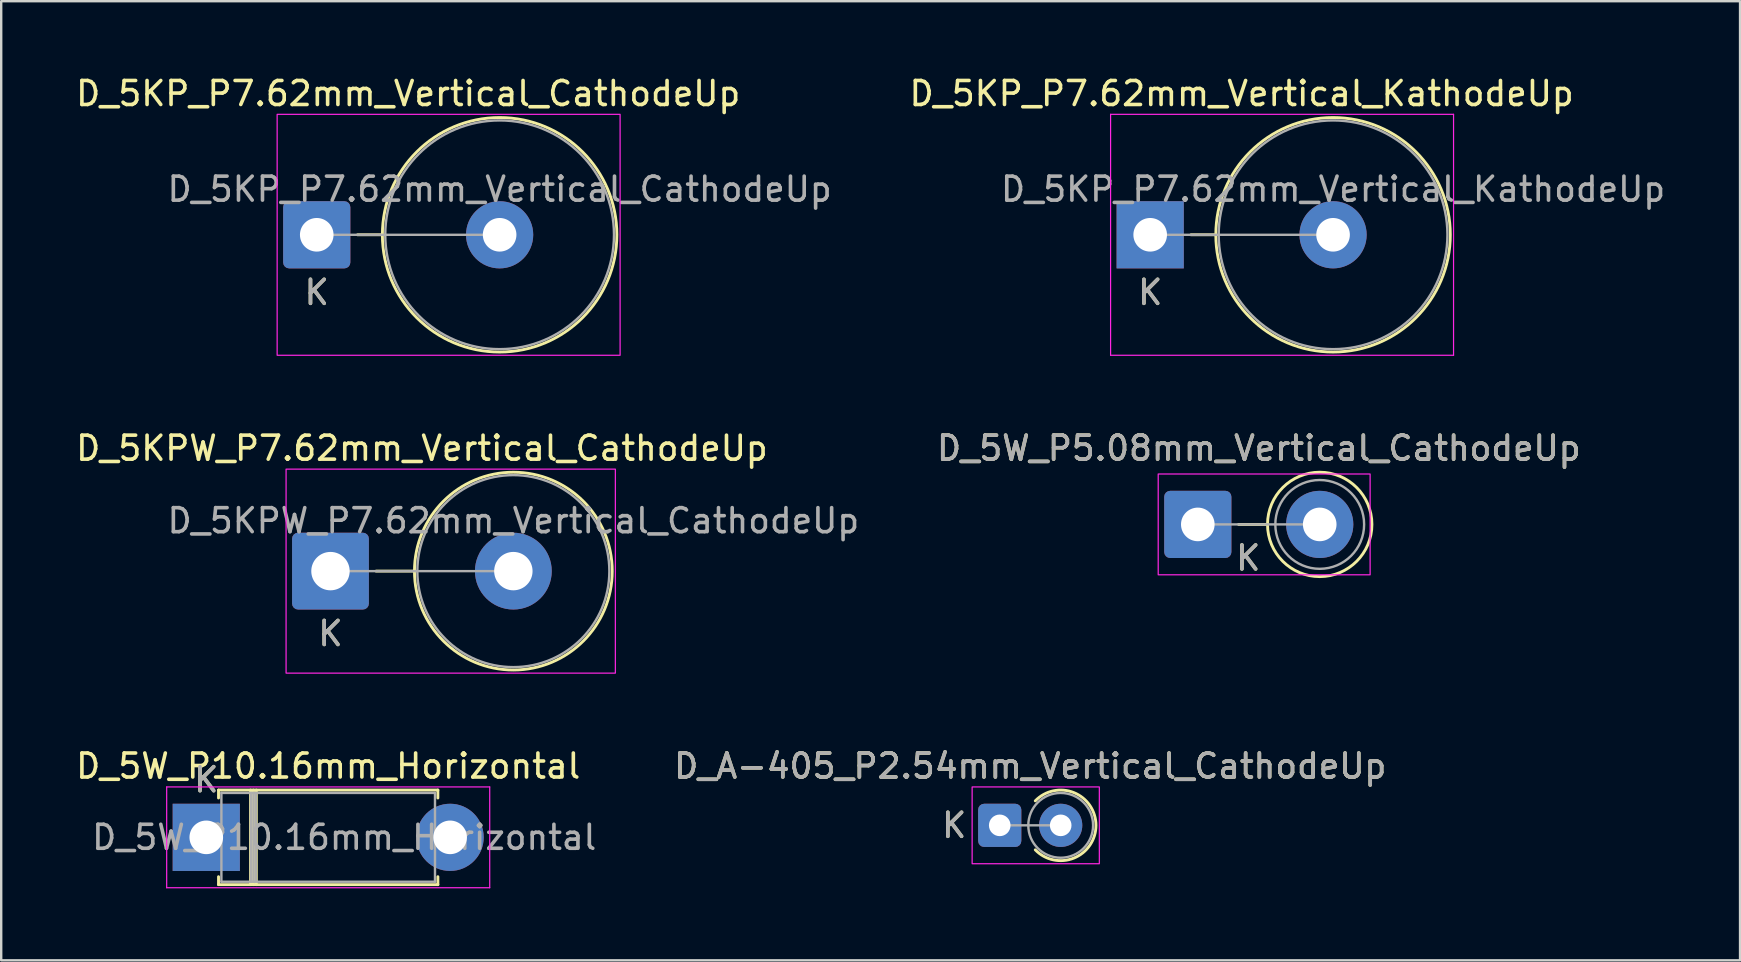
<source format=kicad_pcb>
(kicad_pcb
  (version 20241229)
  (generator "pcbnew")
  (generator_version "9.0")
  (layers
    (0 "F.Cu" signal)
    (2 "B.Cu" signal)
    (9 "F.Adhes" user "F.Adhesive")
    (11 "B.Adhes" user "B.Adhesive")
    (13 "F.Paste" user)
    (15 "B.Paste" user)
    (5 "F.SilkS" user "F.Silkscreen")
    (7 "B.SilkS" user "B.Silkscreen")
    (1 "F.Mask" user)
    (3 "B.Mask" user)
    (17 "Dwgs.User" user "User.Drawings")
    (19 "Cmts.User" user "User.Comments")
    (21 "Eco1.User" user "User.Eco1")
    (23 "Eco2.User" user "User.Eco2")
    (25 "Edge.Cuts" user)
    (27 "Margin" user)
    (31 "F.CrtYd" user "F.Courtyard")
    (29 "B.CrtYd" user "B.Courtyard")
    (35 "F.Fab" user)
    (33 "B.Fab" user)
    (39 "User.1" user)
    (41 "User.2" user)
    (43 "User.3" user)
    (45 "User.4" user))
  (footprint "D_5KPW_P7.62mm_Vertical_CathodeUp"
    (layer "F.Cu")
    (at 10.72 20.747)
    (property "Reference" "D_5KPW_P7.62mm_Vertical_CathodeUp" (at 3.81 -5.12 0) (layer "F.SilkS") (effects (font (size 1 1) (thickness 0.15))))
    (attr through_hole)
    (fp_line (start 3.5 0) (end 1.9 0) (stroke (width 0.12) (type solid)) (layer "F.SilkS"))
    (fp_circle (center 7.62 0) (end 11.74 0) (stroke (width 0.12) (type solid)) (fill no) (layer "F.SilkS"))
    (fp_rect (start -1.85 -4.25) (end 11.87 4.25) (stroke (width 0.05) (type solid)) (fill no) (layer "F.CrtYd"))
    (fp_line (start 0 0) (end 7.62 0) (stroke (width 0.1) (type solid)) (layer "F.Fab"))
    (fp_circle (center 7.62 0) (end 11.62 0) (stroke (width 0.1) (type solid)) (fill no) (layer "F.Fab"))
    (fp_text user "K" (at 0 2.6 0) (layer "F.SilkS") (effects (font (size 1 1) (thickness 0.15))))
    (fp_text user "${REFERENCE}" (at 7.62 -2.1 0) (layer "F.Fab") (effects (font (size 1 1) (thickness 0.15))))
    (fp_text user "K" (at 0 2.6 0) (layer "F.Fab") (effects (font (size 1 1) (thickness 0.15))))
    (pad "1" thru_hole roundrect (at 0 0) (size 3.2 3.2) (drill 1.6) (layers "*.Cu" "*.Mask") (roundrect_rratio 0.078))
    (pad "2" thru_hole circle (at 7.62 0) (size 3.2 3.2) (drill 1.6) (layers "*.Cu" "*.Mask")))
  (footprint "D_5W_P10.16mm_Horizontal"
    (layer "F.Cu")
    (at 5.545 31.84)
    (property "Reference" "D_5W_P10.16mm_Horizontal" (at 5.08 -2.97 0) (layer "F.SilkS") (effects (font (size 1 1) (thickness 0.15))))
    (attr through_hole)
    (fp_line (start 0.51 -1.97) (end 9.65 -1.97) (stroke (width 0.12) (type solid)) (layer "F.SilkS"))
    (fp_line (start 0.51 -1.64) (end 0.51 -1.97) (stroke (width 0.12) (type solid)) (layer "F.SilkS"))
    (fp_line (start 0.51 1.64) (end 0.51 1.97) (stroke (width 0.12) (type solid)) (layer "F.SilkS"))
    (fp_line (start 0.51 1.97) (end 9.65 1.97) (stroke (width 0.12) (type solid)) (layer "F.SilkS"))
    (fp_line (start 1.845 -1.97) (end 1.845 1.97) (stroke (width 0.12) (type solid)) (layer "F.SilkS"))
    (fp_line (start 1.965 -1.97) (end 1.965 1.97) (stroke (width 0.12) (type solid)) (layer "F.SilkS"))
    (fp_line (start 2.085 -1.97) (end 2.085 1.97) (stroke (width 0.12) (type solid)) (layer "F.SilkS"))
    (fp_line (start 9.65 -1.97) (end 9.65 -1.64) (stroke (width 0.12) (type solid)) (layer "F.SilkS"))
    (fp_line (start 9.65 1.97) (end 9.65 1.64) (stroke (width 0.12) (type solid)) (layer "F.SilkS"))
    (fp_line (start -1.65 -2.1) (end -1.65 2.1) (stroke (width 0.05) (type solid)) (layer "F.CrtYd"))
    (fp_line (start -1.65 2.1) (end 11.81 2.1) (stroke (width 0.05) (type solid)) (layer "F.CrtYd"))
    (fp_line (start 11.81 -2.1) (end -1.65 -2.1) (stroke (width 0.05) (type solid)) (layer "F.CrtYd"))
    (fp_line (start 11.81 2.1) (end 11.81 -2.1) (stroke (width 0.05) (type solid)) (layer "F.CrtYd"))
    (fp_line (start 0 0) (end 0.63 0) (stroke (width 0.1) (type solid)) (layer "F.Fab"))
    (fp_line (start 0.63 -1.85) (end 0.63 1.85) (stroke (width 0.1) (type solid)) (layer "F.Fab"))
    (fp_line (start 0.63 1.85) (end 9.53 1.85) (stroke (width 0.1) (type solid)) (layer "F.Fab"))
    (fp_line (start 1.865 -1.85) (end 1.865 1.85) (stroke (width 0.1) (type solid)) (layer "F.Fab"))
    (fp_line (start 1.965 -1.85) (end 1.965 1.85) (stroke (width 0.1) (type solid)) (layer "F.Fab"))
    (fp_line (start 2.065 -1.85) (end 2.065 1.85) (stroke (width 0.1) (type solid)) (layer "F.Fab"))
    (fp_line (start 9.53 -1.85) (end 0.63 -1.85) (stroke (width 0.1) (type solid)) (layer "F.Fab"))
    (fp_line (start 9.53 1.85) (end 9.53 -1.85) (stroke (width 0.1) (type solid)) (layer "F.Fab"))
    (fp_line (start 10.16 0) (end 9.53 0) (stroke (width 0.1) (type solid)) (layer "F.Fab"))
    (fp_text user "K" (at 0 -2.4 0) (layer "F.SilkS") (effects (font (size 1 1) (thickness 0.15))))
    (fp_text user "${REFERENCE}" (at 5.747 0 0) (layer "F.Fab") (effects (font (size 1 1) (thickness 0.15))))
    (fp_text user "K" (at 0 -2.4 0) (layer "F.Fab") (effects (font (size 1 1) (thickness 0.15))))
    (pad "1" thru_hole rect (at 0 0) (size 2.8 2.8) (drill 1.4) (layers "*.Cu" "*.Mask"))
    (pad "2" thru_hole oval (at 10.16 0) (size 2.8 2.8) (drill 1.4) (layers "*.Cu" "*.Mask")))
  (footprint "D_5KP_P7.62mm_Vertical_KathodeUp"
    (layer "F.Cu")
    (at 44.875 6.733)
    (property "Reference" "D_5KP_P7.62mm_Vertical_KathodeUp" (at 3.81 -5.885 0) (layer "F.SilkS") (effects (font (size 1 1) (thickness 0.15))))
    (attr through_hole)
    (fp_line (start 2.735 0) (end 1.7 0) (stroke (width 0.12) (type solid)) (layer "F.SilkS"))
    (fp_circle (center 7.62 0) (end 12.505 0) (stroke (width 0.12) (type solid)) (fill no) (layer "F.SilkS"))
    (fp_line (start -1.65 -5.02) (end -1.65 5.02) (stroke (width 0.05) (type solid)) (layer "F.CrtYd"))
    (fp_line (start -1.65 5.02) (end 12.64 5.02) (stroke (width 0.05) (type solid)) (layer "F.CrtYd"))
    (fp_line (start 12.64 -5.02) (end -1.65 -5.02) (stroke (width 0.05) (type solid)) (layer "F.CrtYd"))
    (fp_line (start 12.64 5.02) (end 12.64 -5.02) (stroke (width 0.05) (type solid)) (layer "F.CrtYd"))
    (fp_line (start 0 0) (end 7.62 0) (stroke (width 0.1) (type solid)) (layer "F.Fab"))
    (fp_circle (center 7.62 0) (end 12.385 0) (stroke (width 0.1) (type solid)) (fill no) (layer "F.Fab"))
    (fp_text user "K" (at 0 2.4 0) (layer "F.SilkS") (effects (font (size 1 1) (thickness 0.15))))
    (fp_text user "K" (at 0 2.4 0) (layer "F.Fab") (effects (font (size 1 1) (thickness 0.15))))
    (fp_text user "${REFERENCE}" (at 7.62 -1.9 0) (layer "F.Fab") (effects (font (size 1 1) (thickness 0.15))))
    (pad "1" thru_hole rect (at 0 0) (size 2.8 2.8) (drill 1.4) (layers "*.Cu" "*.Mask"))
    (pad "2" thru_hole oval (at 7.62 0) (size 2.8 2.8) (drill 1.4) (layers "*.Cu" "*.Mask")))
  (footprint "D_5KP_P7.62mm_Vertical_CathodeUp"
    (layer "F.Cu")
    (at 10.148 6.733)
    (property "Reference" "D_5KP_P7.62mm_Vertical_CathodeUp" (at 3.81 -5.885 0) (layer "F.SilkS") (effects (font (size 1 1) (thickness 0.15))))
    (attr through_hole)
    (fp_line (start 2.735 0) (end 1.7 0) (stroke (width 0.12) (type solid)) (layer "F.SilkS"))
    (fp_circle (center 7.62 0) (end 12.505 0) (stroke (width 0.12) (type solid)) (fill no) (layer "F.SilkS"))
    (fp_rect (start -1.65 -5.02) (end 12.64 5.02) (stroke (width 0.05) (type solid)) (fill no) (layer "F.CrtYd"))
    (fp_line (start 0 0) (end 7.62 0) (stroke (width 0.1) (type solid)) (layer "F.Fab"))
    (fp_circle (center 7.62 0) (end 12.385 0) (stroke (width 0.1) (type solid)) (fill no) (layer "F.Fab"))
    (fp_text user "K" (at 0 2.4 0) (layer "F.SilkS") (effects (font (size 1 1) (thickness 0.15))))
    (fp_text user "K" (at 0 2.4 0) (layer "F.Fab") (effects (font (size 1 1) (thickness 0.15))))
    (fp_text user "${REFERENCE}" (at 7.62 -1.9 0) (layer "F.Fab") (effects (font (size 1 1) (thickness 0.15))))
    (pad "1" thru_hole roundrect (at 0 0) (size 2.8 2.8) (drill 1.4) (layers "*.Cu" "*.Mask") (roundrect_rratio 0.089))
    (pad "2" thru_hole circle (at 7.62 0) (size 2.8 2.8) (drill 1.4) (layers "*.Cu" "*.Mask")))
  (footprint "D_5W_P5.08mm_Vertical_CathodeUp"
    (layer "F.Cu")
    (at 46.859 18.801)
    (property "Reference" "D_5W_P5.08mm_Vertical_CathodeUp" (at 2.54 -3.175 0) (layer "F.SilkS") (effects (font (size 1 1) (thickness 0.15))))
    (attr through_hole)
    (fp_line (start 2.905 0) (end 1.7 0) (stroke (width 0.12) (type solid)) (layer "F.SilkS"))
    (fp_circle (center 5.08 0) (end 7.255 0) (stroke (width 0.12) (type solid)) (fill no) (layer "F.SilkS"))
    (fp_rect (start -1.65 -2.1) (end 7.18 2.1) (stroke (width 0.05) (type solid)) (fill no) (layer "F.CrtYd"))
    (fp_line (start 0 0) (end 5.08 0) (stroke (width 0.1) (type solid)) (layer "F.Fab"))
    (fp_circle (center 5.08 0) (end 6.93 0) (stroke (width 0.1) (type solid)) (fill no) (layer "F.Fab"))
    (fp_text user "K" (at 2.1 1.4 0) (layer "F.SilkS") (effects (font (size 1 1) (thickness 0.15))))
    (fp_text user "${REFERENCE}" (at 2.54 -3.175 0) (layer "F.Fab") (effects (font (size 1 1) (thickness 0.15))))
    (fp_text user "K" (at 2.1 1.4 0) (layer "F.Fab") (effects (font (size 1 1) (thickness 0.15))))
    (pad "1" thru_hole roundrect (at 0 0) (size 2.8 2.8) (drill 1.4) (layers "*.Cu" "*.Mask") (roundrect_rratio 0.089))
    (pad "2" thru_hole circle (at 5.08 0) (size 2.8 2.8) (drill 1.4) (layers "*.Cu" "*.Mask")))
  (footprint "D_A-405_P2.54mm_Vertical_CathodeUp"
    (layer "F.Cu")
    (at 38.606 31.34)
    (property "Reference" "D_A-405_P2.54mm_Vertical_CathodeUp" (at 1.27 -2.47 0) (layer "F.SilkS") (effects (font (size 1 1) (thickness 0.15))))
    (attr through_hole)
    (fp_arc (start 1.481463 -1.02) (mid 4.01 0) (end 1.481463 1.02) (stroke (width 0.12) (type solid)) (layer "F.SilkS"))
    (fp_rect (start -1.15 -1.6) (end 4.15 1.6) (stroke (width 0.05) (type solid)) (fill no) (layer "F.CrtYd"))
    (fp_line (start 0 0) (end 2.54 0) (stroke (width 0.1) (type solid)) (layer "F.Fab"))
    (fp_circle (center 2.54 0) (end 3.89 0) (stroke (width 0.1) (type solid)) (fill no) (layer "F.Fab"))
    (fp_text user "K" (at -1.9 0 0) (layer "F.SilkS") (effects (font (size 1 1) (thickness 0.15))))
    (fp_text user "K" (at -1.9 0 0) (layer "F.Fab") (effects (font (size 1 1) (thickness 0.15))))
    (fp_text user "${REFERENCE}" (at 1.27 -2.47 0) (layer "F.Fab") (effects (font (size 1 1) (thickness 0.15))))
    (pad "1" thru_hole roundrect (at 0 0) (size 1.8 1.8) (drill 0.9) (layers "*.Cu" "*.Mask") (roundrect_rratio 0.139))
    (pad "2" thru_hole circle (at 2.54 0) (size 1.8 1.8) (drill 0.9) (layers "*.Cu" "*.Mask")))
  (gr_rect
    (start -3 -3)
    (end 69.453 36.965)
    (stroke (width 0.1) (type default))
    (fill no)
    (layer "Edge.Cuts")))
</source>
